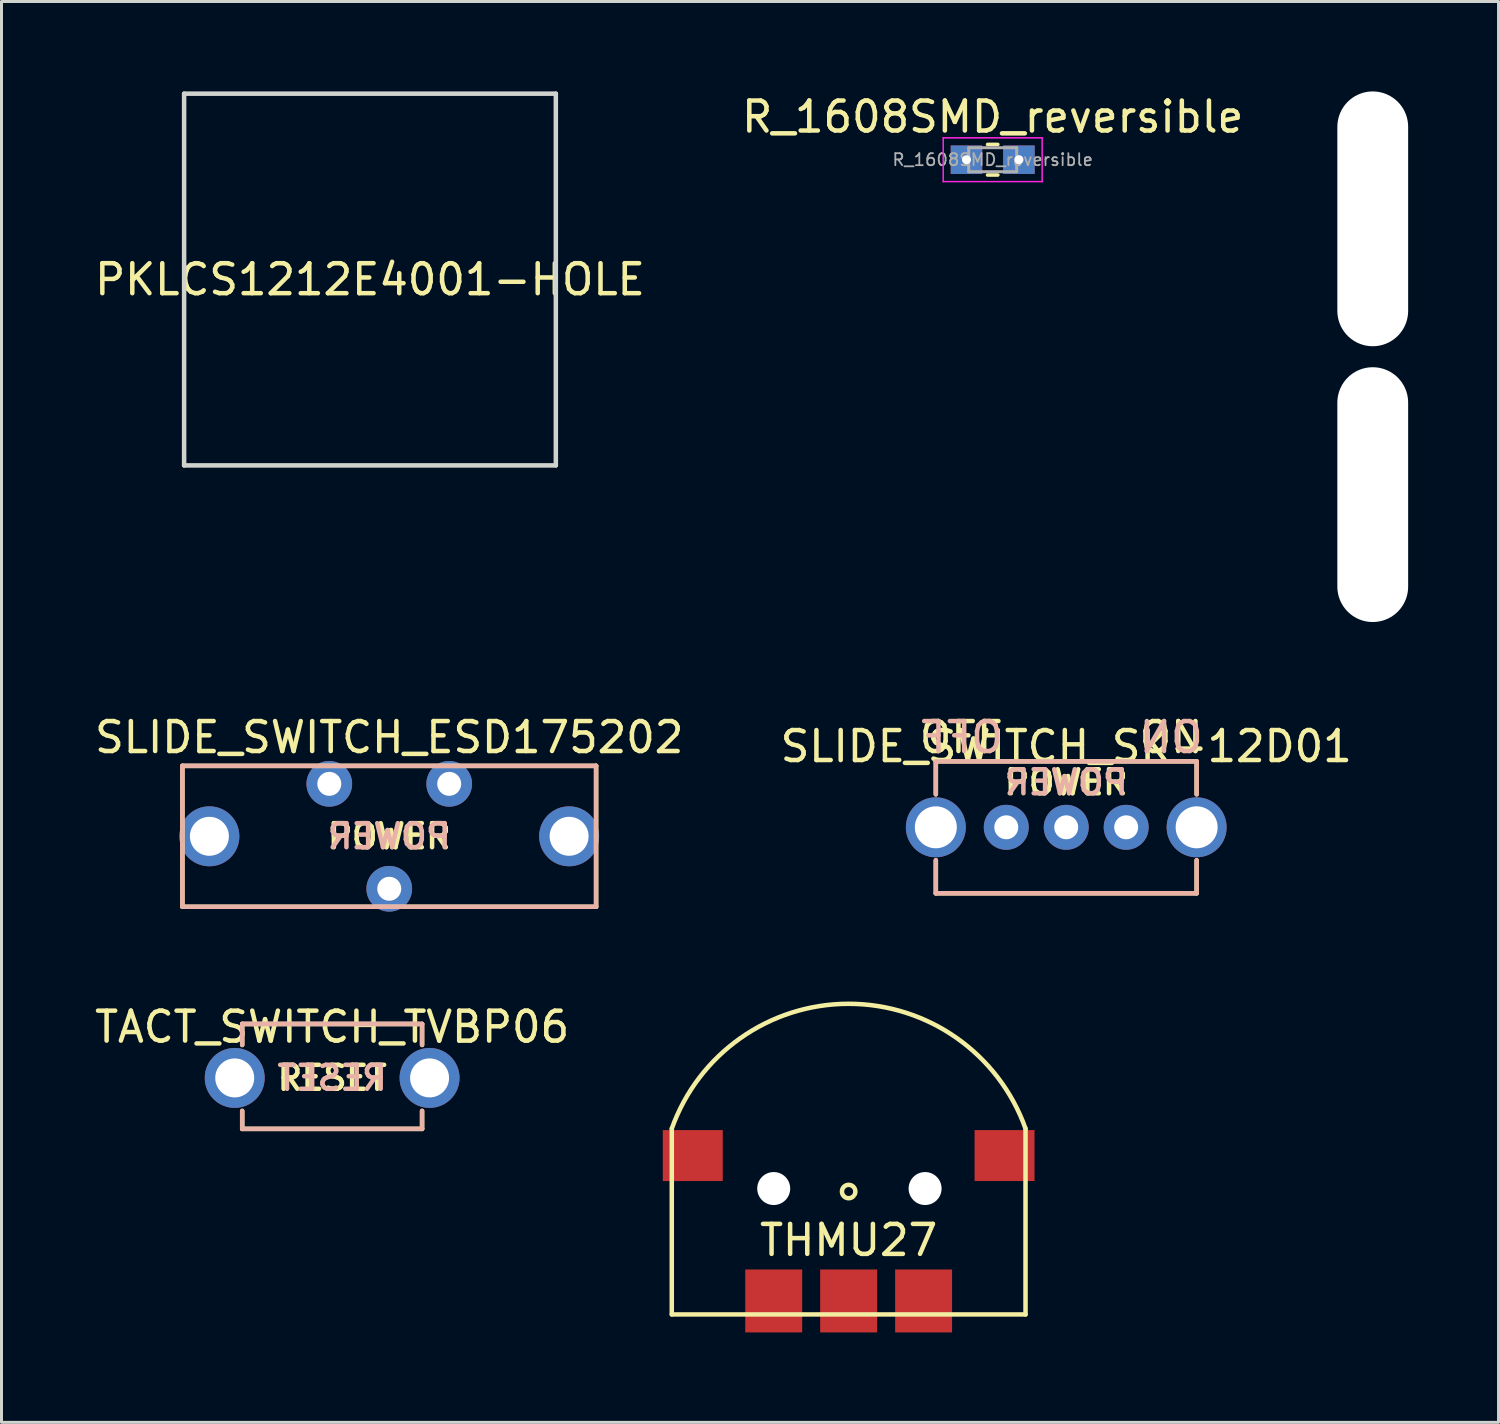
<source format=kicad_pcb>
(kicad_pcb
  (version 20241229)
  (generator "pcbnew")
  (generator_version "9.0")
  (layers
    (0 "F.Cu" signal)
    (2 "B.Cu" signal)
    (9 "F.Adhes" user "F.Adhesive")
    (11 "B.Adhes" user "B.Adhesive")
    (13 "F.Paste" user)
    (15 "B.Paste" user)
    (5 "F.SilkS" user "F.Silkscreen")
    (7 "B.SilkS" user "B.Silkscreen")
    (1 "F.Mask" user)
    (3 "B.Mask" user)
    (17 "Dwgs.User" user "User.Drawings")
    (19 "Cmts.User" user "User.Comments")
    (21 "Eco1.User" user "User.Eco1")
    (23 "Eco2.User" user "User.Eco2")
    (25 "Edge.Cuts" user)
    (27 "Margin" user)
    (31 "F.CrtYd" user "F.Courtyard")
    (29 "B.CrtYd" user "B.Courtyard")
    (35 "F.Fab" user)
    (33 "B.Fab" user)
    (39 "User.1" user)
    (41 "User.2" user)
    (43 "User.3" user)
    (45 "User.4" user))
  (footprint "SLIDE_SWITCH_SK-12D01"
    (layer "F.Cu")
    (at 32.518 24.548)
    (property "Reference" "SLIDE_SWITCH_SK-12D01" (at 0 -2.7 0) (layer "F.SilkS") (effects (font (size 1 1) (thickness 0.15))))
    (attr through_hole)
    (fp_line (start -4.35 -2.2) (end -4.35 -1.1) (stroke (width 0.15) (type solid)) (layer "F.SilkS"))
    (fp_line (start -4.35 2.2) (end -4.35 1.1) (stroke (width 0.15) (type solid)) (layer "F.SilkS"))
    (fp_line (start -4.35 2.2) (end 4.35 2.2) (stroke (width 0.15) (type solid)) (layer "F.SilkS"))
    (fp_line (start 4.35 -2.2) (end -4.35 -2.2) (stroke (width 0.15) (type solid)) (layer "F.SilkS"))
    (fp_line (start 4.35 -2.2) (end 4.35 -1.1) (stroke (width 0.15) (type solid)) (layer "F.SilkS"))
    (fp_line (start 4.35 2.2) (end 4.35 1.1) (stroke (width 0.15) (type solid)) (layer "F.SilkS"))
    (fp_line (start -4.35 -2.2) (end -4.35 -1.1) (stroke (width 0.15) (type solid)) (layer "B.SilkS"))
    (fp_line (start -4.35 -2.2) (end 4.35 -2.2) (stroke (width 0.15) (type solid)) (layer "B.SilkS"))
    (fp_line (start -4.35 2.2) (end -4.35 1.1) (stroke (width 0.15) (type solid)) (layer "B.SilkS"))
    (fp_line (start 4.35 -2.2) (end 4.35 -1.1) (stroke (width 0.15) (type solid)) (layer "B.SilkS"))
    (fp_line (start 4.35 2.2) (end -4.35 2.2) (stroke (width 0.15) (type solid)) (layer "B.SilkS"))
    (fp_line (start 4.35 2.2) (end 4.35 1.1) (stroke (width 0.15) (type solid)) (layer "B.SilkS"))
    (fp_text user "ON" (at 3.5 -3 0) (layer "F.SilkS") (effects (font (size 1 1) (thickness 0.15))))
    (fp_text user "OFF" (at -3.5 -3 0) (layer "F.SilkS") (effects (font (size 1 1) (thickness 0.15))))
    (fp_text user "POWER" (at 0 -1.5 180) (layer "F.SilkS") (effects (font (size 0.8 0.8) (thickness 0.15))))
    (fp_text user "POWER" (at 0 -1.5 0) (layer "B.SilkS") (effects (font (size 0.8 0.8) (thickness 0.15)) (justify mirror)))
    (fp_text user "ON" (at 3.5 -3 0) (layer "B.SilkS") (effects (font (size 1 1) (thickness 0.15)) (justify mirror)))
    (fp_text user "OFF" (at -3.5 -3 0) (layer "B.SilkS") (effects (font (size 1 1) (thickness 0.15)) (justify mirror)))
    (pad "" thru_hole circle (at -4.35 0) (size 2 2) (drill 1.4) (layers "*.Cu" "*.Mask"))
    (pad "" thru_hole circle (at 4.35 0) (size 2 2) (drill 1.4) (layers "*.Cu" "*.Mask"))
    (pad "1" thru_hole circle (at 0 0) (size 1.5 1.5) (drill 0.8) (layers "*.Cu" "*.Mask"))
    (pad "2" thru_hole circle (at 2 0) (size 1.5 1.5) (drill 0.8) (layers "*.Cu" "*.Mask"))
    (pad "3" thru_hole circle (at -2 0) (size 1.5 1.5) (drill 0.8) (layers "*.Cu" "*.Mask")))
  (footprint "THMU27"
    (layer "F.Cu")
    (at 25.26 36.798)
    (property "Reference" "THMU27" (at 0 1.524 0) (layer "F.SilkS") (effects (font (size 1 1) (thickness 0.15))))
    (attr through_hole)
    (fp_line (start -5.9 -2.2) (end -5.9 4) (stroke (width 0.15) (type solid)) (layer "F.SilkS"))
    (fp_line (start -5.9 4) (end 5.9 4) (stroke (width 0.15) (type solid)) (layer "F.SilkS"))
    (fp_line (start 5.9 4) (end 5.9 -2.2) (stroke (width 0.15) (type solid)) (layer "F.SilkS"))
    (fp_arc (start -5.899999 -2.2) (mid 0 -6.362586) (end 5.899999 -2.199999) (stroke (width 0.15) (type solid)) (layer "F.SilkS"))
    (fp_arc (start 0.158113 0.058113) (mid -0.181398 -0.230744) (end 0.199999 -0.000001) (stroke (width 0.15) (type solid)) (layer "F.SilkS"))
    (pad "" np_thru_hole circle (at -2.5 -0.2) (size 1.1 1.1) (drill 1.1) (layers "*.Cu" "*.Mask"))
    (pad "" np_thru_hole circle (at 2.55 -0.2) (size 1.1 1.1) (drill 1.1) (layers "*.Cu" "*.Mask"))
    (pad "1" smd trapezoid (at -2.5 3.55) (size 1.9 2.1) (layers "F.Cu" "F.Mask" "F.Paste"))
    (pad "2" smd rect (at 2.5 3.55) (size 1.9 2.1) (layers "F.Cu" "F.Mask" "F.Paste"))
    (pad "C" smd rect (at 5.2 -1.3) (size 2 1.7) (layers "F.Cu" "F.Mask" "F.Paste"))
    (pad "E" smd rect (at -5.2 -1.3) (size 2 1.7) (layers "F.Cu" "F.Mask" "F.Paste"))
    (pad "T" smd rect (at 0 3.55) (size 1.9 2.1) (layers "F.Cu" "F.Mask" "F.Paste")))
  (footprint "PKLCS1212E4001-HOLE"
    (layer "F.Cu")
    (at 9.292 6.275)
    (property "Reference" "PKLCS1212E4001-HOLE" (at 0 0 0) (layer "F.SilkS") (effects (font (size 1 1) (thickness 0.15))))
    (attr through_hole)
    (fp_line (start -6.2 -6.2) (end 6.2 -6.2) (stroke (width 0.15) (type solid)) (layer "Edge.Cuts"))
    (fp_line (start -6.2 6.2) (end -6.2 -6.2) (stroke (width 0.15) (type solid)) (layer "Edge.Cuts"))
    (fp_line (start 6.2 -6.2) (end 6.2 6.2) (stroke (width 0.15) (type solid)) (layer "Edge.Cuts"))
    (fp_line (start 6.2 6.2) (end -6.2 6.2) (stroke (width 0.15) (type solid)) (layer "Edge.Cuts")))
  (footprint "SEP_HOLE"
    (layer "F.Cu")
    (at 42.743 8.85)
    (property "Reference" "SEP_HOLE" (at 0 -2 0) (layer "Eco2.User") (effects (font (size 0.3 0.3) (thickness 0.075))))
    (attr through_hole)
    (pad "" np_thru_hole oval (at 0 -4.6) (size 2.362 8.5) (drill oval 2.362 8.5) (layers "*.Cu" "*.Mask"))
    (pad "" np_thru_hole oval (at 0 4.6) (size 2.362 8.5) (drill oval 2.362 8.5) (layers "*.Cu" "*.Mask")))
  (footprint "TACT_SWITCH_TVBP06"
    (layer "F.Cu")
    (at 8.03 32.908)
    (property "Reference" "TACT_SWITCH_TVBP06" (at 0 -1.7 0) (layer "F.SilkS") (effects (font (size 1 1) (thickness 0.15))))
    (attr through_hole)
    (fp_line (start -3 -1.8) (end -3 -1.1) (stroke (width 0.15) (type solid)) (layer "F.SilkS"))
    (fp_line (start -3 1.7) (end -3 1.1) (stroke (width 0.15) (type solid)) (layer "F.SilkS"))
    (fp_line (start -3 1.7) (end 3 1.7) (stroke (width 0.15) (type solid)) (layer "F.SilkS"))
    (fp_line (start 3 -1.8) (end -3 -1.8) (stroke (width 0.15) (type solid)) (layer "F.SilkS"))
    (fp_line (start 3 -1.8) (end 3 -1.1) (stroke (width 0.15) (type solid)) (layer "F.SilkS"))
    (fp_line (start 3 1.7) (end 3 1.1) (stroke (width 0.15) (type solid)) (layer "F.SilkS"))
    (fp_line (start -3 -1.8) (end -3 -1.1) (stroke (width 0.15) (type solid)) (layer "B.SilkS"))
    (fp_line (start -3 -1.8) (end 2.9 -1.8) (stroke (width 0.15) (type solid)) (layer "B.SilkS"))
    (fp_line (start -3 -1.8) (end 3 -1.8) (stroke (width 0.15) (type solid)) (layer "B.SilkS"))
    (fp_line (start -3 1.7) (end -3 1.1) (stroke (width 0.15) (type solid)) (layer "B.SilkS"))
    (fp_line (start 3 -1.8) (end 3 -1.1) (stroke (width 0.15) (type solid)) (layer "B.SilkS"))
    (fp_line (start 3 1.7) (end -3 1.7) (stroke (width 0.15) (type solid)) (layer "B.SilkS"))
    (fp_line (start 3 1.7) (end 3 1.1) (stroke (width 0.15) (type solid)) (layer "B.SilkS"))
    (fp_text user "RESET" (at 0 0 180) (layer "F.SilkS") (effects (font (size 0.8 0.8) (thickness 0.15))))
    (fp_text user "RESET" (at 0 0 0) (layer "B.SilkS") (effects (font (size 0.8 0.8) (thickness 0.15)) (justify mirror)))
    (pad "1" thru_hole circle (at -3.25 0) (size 2 2) (drill 1.3) (layers "*.Cu" "*.Mask"))
    (pad "2" thru_hole circle (at 3.25 0) (size 2 2) (drill 1.3) (layers "*.Cu" "*.Mask")))
  (footprint "R_1608SMD_reversible"
    (layer "F.Cu")
    (at 30.065 2.278)
    (property "Reference" "R_1608SMD_reversible" (at 0 -1.43 0) (layer "F.SilkS") (effects (font (size 1 1) (thickness 0.15))))
    (attr smd)
    (fp_line (start -0.171 -0.51) (end 0.171 -0.51) (stroke (width 0.12) (type solid)) (layer "F.SilkS"))
    (fp_line (start -0.171 0.51) (end 0.171 0.51) (stroke (width 0.12) (type solid)) (layer "F.SilkS"))
    (fp_line (start -1.65 -0.73) (end 1.65 -0.73) (stroke (width 0.05) (type solid)) (layer "F.CrtYd"))
    (fp_line (start -1.65 0.73) (end -1.65 -0.73) (stroke (width 0.05) (type solid)) (layer "F.CrtYd"))
    (fp_line (start 1.65 -0.73) (end 1.65 0.73) (stroke (width 0.05) (type solid)) (layer "F.CrtYd"))
    (fp_line (start 1.65 0.73) (end -1.65 0.73) (stroke (width 0.05) (type solid)) (layer "F.CrtYd"))
    (fp_line (start -0.8 -0.4) (end 0.8 -0.4) (stroke (width 0.1) (type solid)) (layer "F.Fab"))
    (fp_line (start -0.8 0.4) (end -0.8 -0.4) (stroke (width 0.1) (type solid)) (layer "F.Fab"))
    (fp_line (start 0.8 -0.4) (end 0.8 0.4) (stroke (width 0.1) (type solid)) (layer "F.Fab"))
    (fp_line (start 0.8 0.4) (end -0.8 0.4) (stroke (width 0.1) (type solid)) (layer "F.Fab"))
    (fp_text user "${REFERENCE}" (at 0 0 0) (layer "F.Fab") (effects (font (size 0.4 0.4) (thickness 0.06))))
    (pad "1" thru_hole rect (at -0.875 0) (size 1.05 0.95) (drill 0.3) (layers "*.Cu" "*.Mask"))
    (pad "2" thru_hole rect (at 0.875 0) (size 1.05 0.95) (drill 0.3) (layers "*.Cu" "*.Mask")))
  (footprint "SLIDE_SWITCH_ESD175202"
    (layer "F.Cu")
    (at 9.935 24.848)
    (property "Reference" "SLIDE_SWITCH_ESD175202" (at 0 -3.3 180) (layer "F.SilkS") (effects (font (size 1 1) (thickness 0.15))))
    (attr through_hole)
    (fp_line (start -6.9 -2.35) (end -6.9 2.35) (stroke (width 0.15) (type solid)) (layer "F.SilkS"))
    (fp_line (start -6.9 2.35) (end 6.9 2.35) (stroke (width 0.15) (type solid)) (layer "F.SilkS"))
    (fp_line (start 6.9 -2.35) (end -6.9 -2.35) (stroke (width 0.15) (type solid)) (layer "F.SilkS"))
    (fp_line (start 6.9 -2.35) (end 6.9 2.35) (stroke (width 0.15) (type solid)) (layer "F.SilkS"))
    (fp_line (start -6.9 -2.35) (end -6.9 2.35) (stroke (width 0.15) (type solid)) (layer "B.SilkS"))
    (fp_line (start -6.9 -2.35) (end 6.9 -2.35) (stroke (width 0.15) (type solid)) (layer "B.SilkS"))
    (fp_line (start -6.9 2.35) (end 6.9 2.35) (stroke (width 0.15) (type solid)) (layer "B.SilkS"))
    (fp_line (start 6.9 -2.35) (end 6.9 2.35) (stroke (width 0.15) (type solid)) (layer "B.SilkS"))
    (fp_text user "POWER" (at 0 0 180) (layer "F.SilkS") (effects (font (size 0.8 0.8) (thickness 0.15))))
    (fp_text user "POWER" (at 0 0 0) (layer "B.SilkS") (effects (font (size 0.8 0.8) (thickness 0.15)) (justify mirror)))
    (pad "" thru_hole circle (at -6 0) (size 2 2) (drill 1.3) (layers "*.Cu" "*.Mask"))
    (pad "" thru_hole circle (at 2 -1.75) (size 1.524 1.524) (drill 0.8) (layers "*.Cu" "*.Mask"))
    (pad "" thru_hole circle (at 6 0) (size 2 2) (drill 1.3) (layers "*.Cu" "*.Mask"))
    (pad "1" thru_hole circle (at -2 -1.75 90) (size 1.524 1.524) (drill 0.8) (layers "*.Cu" "*.Mask"))
    (pad "2" thru_hole circle (at 0 1.75) (size 1.524 1.524) (drill 0.8) (layers "*.Cu" "*.Mask")))
  (gr_rect
    (start -3 -3)
    (end 46.939 44.398)
    (stroke (width 0.1) (type default))
    (fill no)
    (layer "Edge.Cuts")))
</source>
